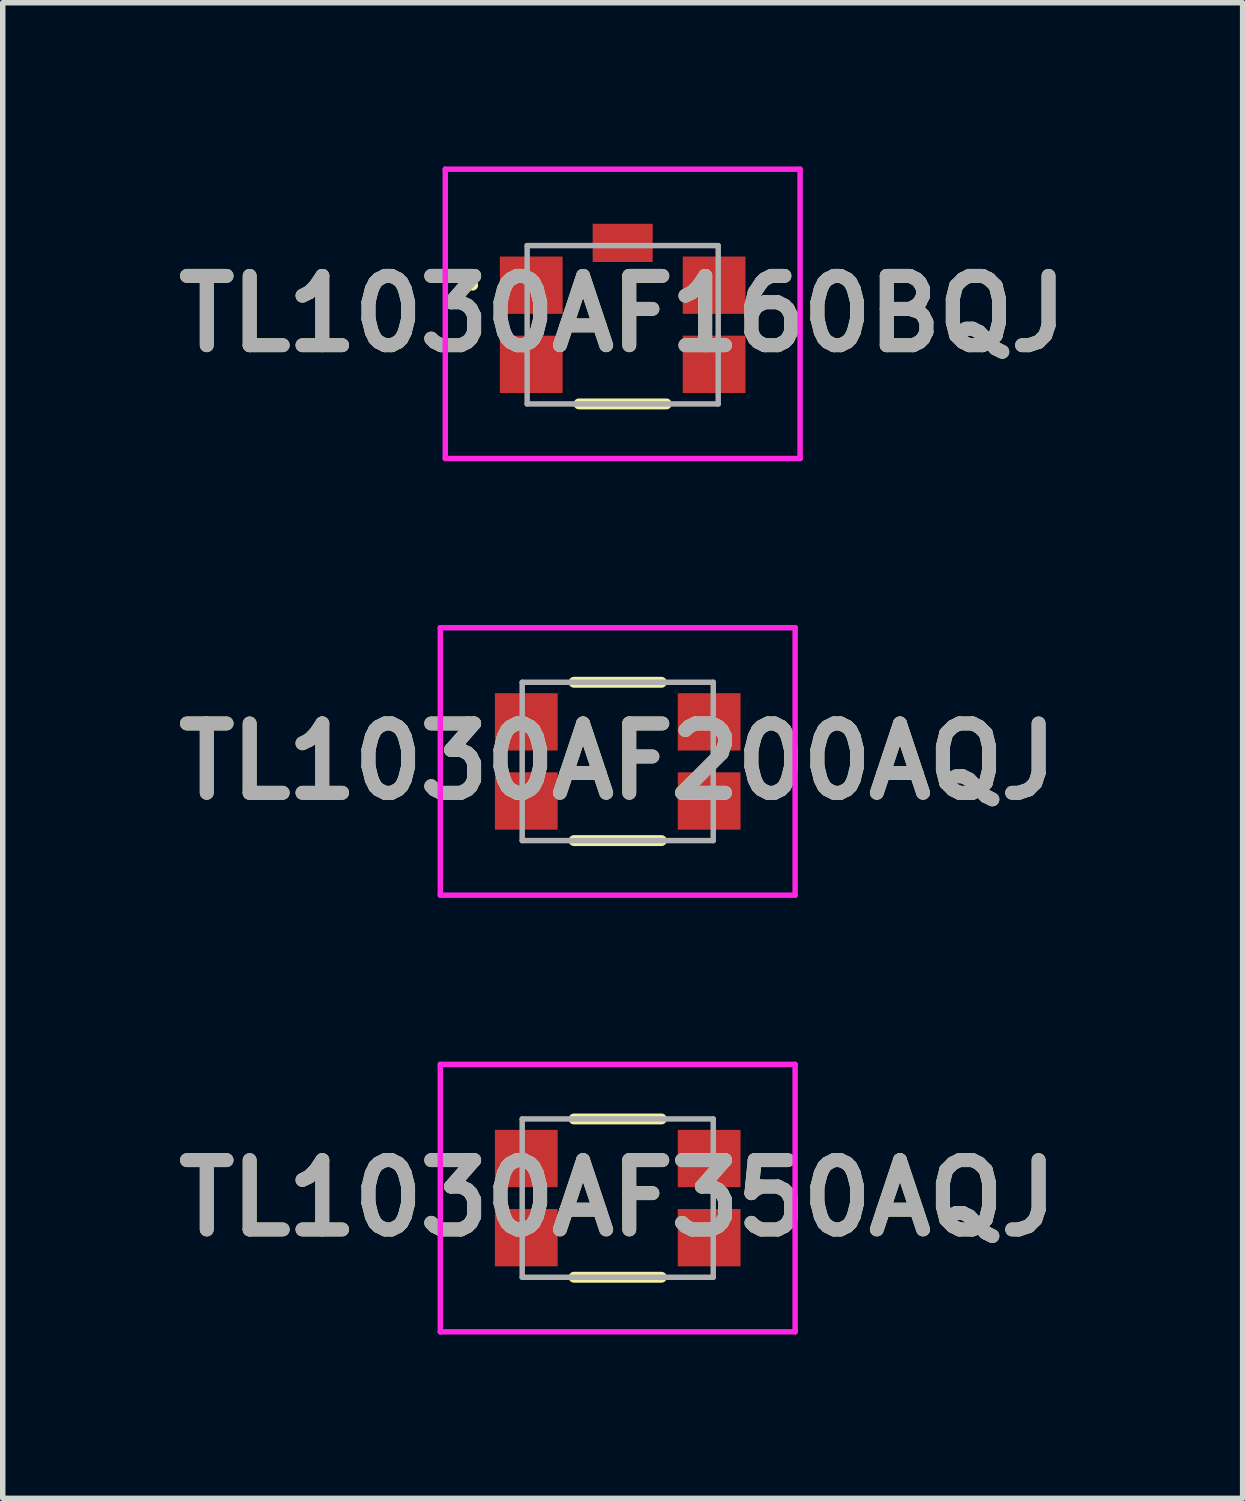
<source format=kicad_pcb>
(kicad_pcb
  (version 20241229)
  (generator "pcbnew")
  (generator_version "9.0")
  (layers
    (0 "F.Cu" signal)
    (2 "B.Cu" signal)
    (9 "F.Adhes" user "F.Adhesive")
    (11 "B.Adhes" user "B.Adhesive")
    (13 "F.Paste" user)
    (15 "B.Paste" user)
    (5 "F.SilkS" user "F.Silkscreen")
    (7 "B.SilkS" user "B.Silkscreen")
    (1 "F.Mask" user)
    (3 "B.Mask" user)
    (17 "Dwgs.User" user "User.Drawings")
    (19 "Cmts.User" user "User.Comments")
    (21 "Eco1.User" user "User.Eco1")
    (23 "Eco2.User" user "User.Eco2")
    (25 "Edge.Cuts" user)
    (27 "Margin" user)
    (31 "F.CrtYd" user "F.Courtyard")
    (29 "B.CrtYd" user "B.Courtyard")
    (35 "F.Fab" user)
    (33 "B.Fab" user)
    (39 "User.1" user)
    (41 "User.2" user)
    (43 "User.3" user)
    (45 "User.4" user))
  (footprint "TL1030AF160BQJ"
    (layer "F.Cu")
    (at 8.358 2.9)
    (property "Reference" "TL1030AF160BQJ" (at 0 -0.2 0) (layer "F.SilkS") (effects (font (size 1.27 1.27) (thickness 0.254))))
    (attr smd)
    (fp_line (start -2.8 -0.725) (end -2.8 -0.725) (stroke (width 0.1) (type solid)) (layer "F.SilkS"))
    (fp_line (start -2.7 -0.725) (end -2.7 -0.725) (stroke (width 0.1) (type solid)) (layer "F.SilkS"))
    (fp_line (start -0.8 1.45) (end 0.8 1.45) (stroke (width 0.2) (type solid)) (layer "F.SilkS"))
    (fp_arc (start -2.8 -0.725) (mid -2.75 -0.775) (end -2.7 -0.725) (stroke (width 0.1) (type solid)) (layer "F.SilkS"))
    (fp_arc (start -2.7 -0.725) (mid -2.75 -0.675) (end -2.8 -0.725) (stroke (width 0.1) (type solid)) (layer "F.SilkS"))
    (fp_line (start -3.25 -2.85) (end 3.25 -2.85) (stroke (width 0.1) (type solid)) (layer "F.CrtYd"))
    (fp_line (start -3.25 2.45) (end -3.25 -2.85) (stroke (width 0.1) (type solid)) (layer "F.CrtYd"))
    (fp_line (start 3.25 -2.85) (end 3.25 2.45) (stroke (width 0.1) (type solid)) (layer "F.CrtYd"))
    (fp_line (start 3.25 2.45) (end -3.25 2.45) (stroke (width 0.1) (type solid)) (layer "F.CrtYd"))
    (fp_line (start -1.75 -1.45) (end 1.75 -1.45) (stroke (width 0.1) (type solid)) (layer "F.Fab"))
    (fp_line (start -1.75 1.45) (end -1.75 -1.45) (stroke (width 0.1) (type solid)) (layer "F.Fab"))
    (fp_line (start 1.75 -1.45) (end 1.75 1.45) (stroke (width 0.1) (type solid)) (layer "F.Fab"))
    (fp_line (start 1.75 1.45) (end -1.75 1.45) (stroke (width 0.1) (type solid)) (layer "F.Fab"))
    (fp_text user "${REFERENCE}" (at 0 -0.2 0) (layer "F.Fab") (effects (font (size 1.27 1.27) (thickness 0.254))))
    (pad "1" smd rect (at -1.675 -0.725 90) (size 1.05 1.15) (layers "F.Cu" "F.Mask" "F.Paste"))
    (pad "2" smd rect (at 1.675 -0.725 90) (size 1.05 1.15) (layers "F.Cu" "F.Mask" "F.Paste"))
    (pad "3" smd rect (at -1.675 0.725 90) (size 1.05 1.15) (layers "F.Cu" "F.Mask" "F.Paste"))
    (pad "4" smd rect (at 1.675 0.725 90) (size 1.05 1.15) (layers "F.Cu" "F.Mask" "F.Paste"))
    (pad "5" smd rect (at 0 -1.5 90) (size 0.7 1.1) (layers "F.Cu" "F.Mask" "F.Paste")))
  (footprint "TL1030AF350AQJ"
    (layer "F.Cu")
    (at 8.267 18.9)
    (property "Reference" "TL1030AF350AQJ" (at 0 0 0) (layer "F.SilkS") (effects (font (size 1.27 1.27) (thickness 0.254))))
    (attr smd)
    (fp_line (start -2.8 -0.725) (end -2.8 -0.725) (stroke (width 0.1) (type solid)) (layer "F.SilkS"))
    (fp_line (start -2.7 -0.725) (end -2.7 -0.725) (stroke (width 0.1) (type solid)) (layer "F.SilkS"))
    (fp_line (start -0.8 -1.45) (end 0.8 -1.45) (stroke (width 0.2) (type solid)) (layer "F.SilkS"))
    (fp_line (start -0.8 1.45) (end 0.8 1.45) (stroke (width 0.2) (type solid)) (layer "F.SilkS"))
    (fp_arc (start -2.8 -0.725) (mid -2.75 -0.775) (end -2.7 -0.725) (stroke (width 0.1) (type solid)) (layer "F.SilkS"))
    (fp_arc (start -2.7 -0.725) (mid -2.75 -0.675) (end -2.8 -0.725) (stroke (width 0.1) (type solid)) (layer "F.SilkS"))
    (fp_line (start -3.25 -2.45) (end 3.25 -2.45) (stroke (width 0.1) (type solid)) (layer "F.CrtYd"))
    (fp_line (start -3.25 2.45) (end -3.25 -2.45) (stroke (width 0.1) (type solid)) (layer "F.CrtYd"))
    (fp_line (start 3.25 -2.45) (end 3.25 2.45) (stroke (width 0.1) (type solid)) (layer "F.CrtYd"))
    (fp_line (start 3.25 2.45) (end -3.25 2.45) (stroke (width 0.1) (type solid)) (layer "F.CrtYd"))
    (fp_line (start -1.75 -1.45) (end 1.75 -1.45) (stroke (width 0.1) (type solid)) (layer "F.Fab"))
    (fp_line (start -1.75 1.45) (end -1.75 -1.45) (stroke (width 0.1) (type solid)) (layer "F.Fab"))
    (fp_line (start 1.75 -1.45) (end 1.75 1.45) (stroke (width 0.1) (type solid)) (layer "F.Fab"))
    (fp_line (start 1.75 1.45) (end -1.75 1.45) (stroke (width 0.1) (type solid)) (layer "F.Fab"))
    (fp_text user "${REFERENCE}" (at 0 0 0) (layer "F.Fab") (effects (font (size 1.27 1.27) (thickness 0.254))))
    (pad "1" smd rect (at -1.675 -0.725 90) (size 1.05 1.15) (layers "F.Cu" "F.Mask" "F.Paste"))
    (pad "2" smd rect (at -1.675 0.725 90) (size 1.05 1.15) (layers "F.Cu" "F.Mask" "F.Paste"))
    (pad "3" smd rect (at 1.675 -0.725 90) (size 1.05 1.15) (layers "F.Cu" "F.Mask" "F.Paste"))
    (pad "4" smd rect (at 1.675 0.725 90) (size 1.05 1.15) (layers "F.Cu" "F.Mask" "F.Paste")))
  (footprint "TL1030AF200AQJ"
    (layer "F.Cu")
    (at 8.267 10.9)
    (property "Reference" "TL1030AF200AQJ" (at 0 0 0) (layer "F.SilkS") (effects (font (size 1.27 1.27) (thickness 0.254))))
    (attr smd)
    (fp_line (start -2.8 -0.725) (end -2.8 -0.725) (stroke (width 0.1) (type solid)) (layer "F.SilkS"))
    (fp_line (start -2.7 -0.725) (end -2.7 -0.725) (stroke (width 0.1) (type solid)) (layer "F.SilkS"))
    (fp_line (start -0.8 -1.45) (end 0.8 -1.45) (stroke (width 0.2) (type solid)) (layer "F.SilkS"))
    (fp_line (start -0.8 1.45) (end 0.8 1.45) (stroke (width 0.2) (type solid)) (layer "F.SilkS"))
    (fp_arc (start -2.8 -0.725) (mid -2.75 -0.775) (end -2.7 -0.725) (stroke (width 0.1) (type solid)) (layer "F.SilkS"))
    (fp_arc (start -2.7 -0.725) (mid -2.75 -0.675) (end -2.8 -0.725) (stroke (width 0.1) (type solid)) (layer "F.SilkS"))
    (fp_line (start -3.25 -2.45) (end 3.25 -2.45) (stroke (width 0.1) (type solid)) (layer "F.CrtYd"))
    (fp_line (start -3.25 2.45) (end -3.25 -2.45) (stroke (width 0.1) (type solid)) (layer "F.CrtYd"))
    (fp_line (start 3.25 -2.45) (end 3.25 2.45) (stroke (width 0.1) (type solid)) (layer "F.CrtYd"))
    (fp_line (start 3.25 2.45) (end -3.25 2.45) (stroke (width 0.1) (type solid)) (layer "F.CrtYd"))
    (fp_line (start -1.75 -1.45) (end 1.75 -1.45) (stroke (width 0.1) (type solid)) (layer "F.Fab"))
    (fp_line (start -1.75 1.45) (end -1.75 -1.45) (stroke (width 0.1) (type solid)) (layer "F.Fab"))
    (fp_line (start 1.75 -1.45) (end 1.75 1.45) (stroke (width 0.1) (type solid)) (layer "F.Fab"))
    (fp_line (start 1.75 1.45) (end -1.75 1.45) (stroke (width 0.1) (type solid)) (layer "F.Fab"))
    (fp_text user "${REFERENCE}" (at 0 0 0) (layer "F.Fab") (effects (font (size 1.27 1.27) (thickness 0.254))))
    (pad "1" smd rect (at -1.675 -0.725 90) (size 1.05 1.15) (layers "F.Cu" "F.Mask" "F.Paste"))
    (pad "2" smd rect (at -1.675 0.725 90) (size 1.05 1.15) (layers "F.Cu" "F.Mask" "F.Paste"))
    (pad "3" smd rect (at 1.675 -0.725 90) (size 1.05 1.15) (layers "F.Cu" "F.Mask" "F.Paste"))
    (pad "4" smd rect (at 1.675 0.725 90) (size 1.05 1.15) (layers "F.Cu" "F.Mask" "F.Paste")))
  (gr_rect
    (start -3 -3)
    (end 19.716 24.4)
    (stroke (width 0.1) (type default))
    (fill no)
    (layer "Edge.Cuts")))
</source>
